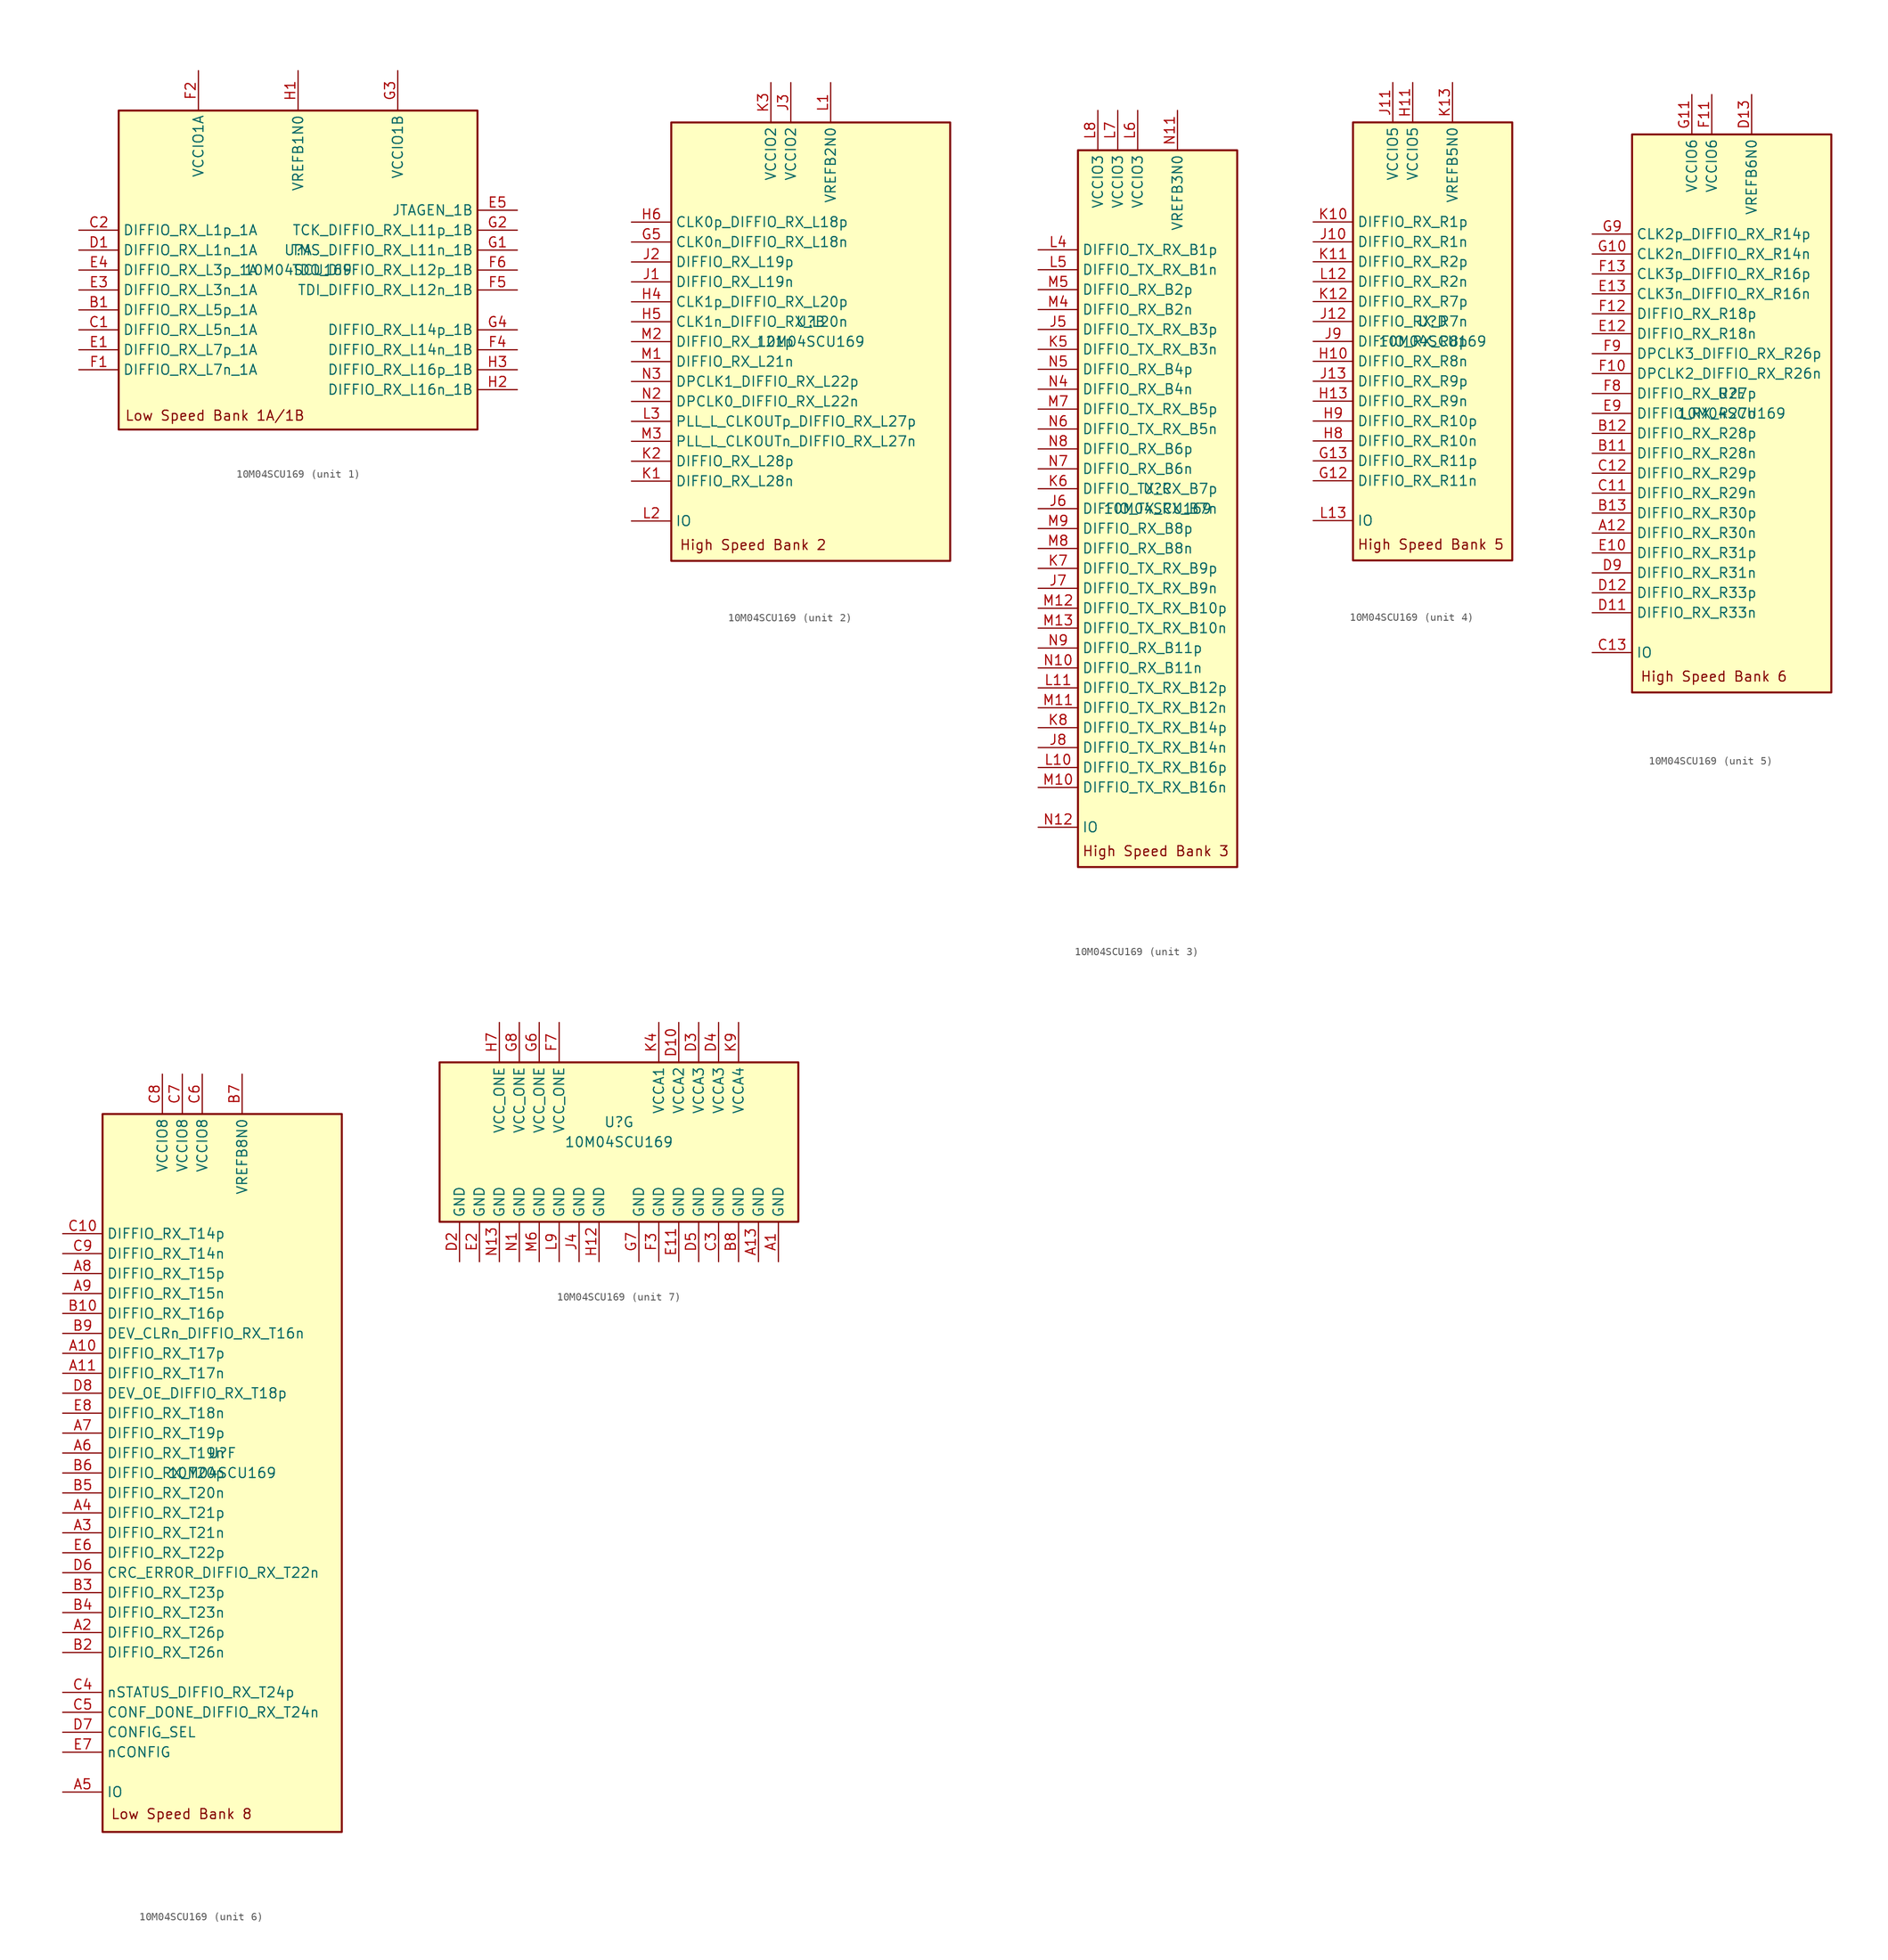
<source format=kicad_sym>
(kicad_symbol_lib
  (version 20231120)
  (generator "kicad_symbol_editor")
  (generator_version "8.0")
  (symbol "10M04SCU169"
    (property "Reference" "U"
      (at 0 2.54 0)
      (effects (font (size 1.27 1.27))))
    (property "Value" "10M04SCU169"
      (at 0 0 0)
      (effects (font (size 1.27 1.27))))
    (property "ki_locked" ""
      (at 0 0 0)
      (effects (font (size 1.27 1.27))))
    (symbol "10M04SCU169_1_1"
      (rectangle (start -22.86 20.32) (end 22.86 -20.32) (stroke (width 0.254) (type default)) (fill (type background)))
      (text "Low Speed Bank 1A/1B" (at -22.098 -18.542 0) (effects (font (size 1.27 1.27)) (justify left)))
      (pin bidirectional line (at -27.94 -5.08 0) (length 5.08) (name "DIFFIO_RX_L5p_1A" (effects (font (size 1.27 1.27)))) (number "B1" (effects (font (size 1.27 1.27)))))
      (pin bidirectional line (at -27.94 -7.62 0) (length 5.08) (name "DIFFIO_RX_L5n_1A" (effects (font (size 1.27 1.27)))) (number "C1" (effects (font (size 1.27 1.27)))))
      (pin bidirectional line (at -27.94 5.08 0) (length 5.08) (name "DIFFIO_RX_L1p_1A" (effects (font (size 1.27 1.27)))) (number "C2" (effects (font (size 1.27 1.27)))))
      (pin bidirectional line (at -27.94 2.54 0) (length 5.08) (name "DIFFIO_RX_L1n_1A" (effects (font (size 1.27 1.27)))) (number "D1" (effects (font (size 1.27 1.27)))))
      (pin bidirectional line (at -27.94 -10.16 0) (length 5.08) (name "DIFFIO_RX_L7p_1A" (effects (font (size 1.27 1.27)))) (number "E1" (effects (font (size 1.27 1.27)))))
      (pin bidirectional line (at -27.94 -2.54 0) (length 5.08) (name "DIFFIO_RX_L3n_1A" (effects (font (size 1.27 1.27)))) (number "E3" (effects (font (size 1.27 1.27)))))
      (pin bidirectional line (at -27.94 0 0) (length 5.08) (name "DIFFIO_RX_L3p_1A" (effects (font (size 1.27 1.27)))) (number "E4" (effects (font (size 1.27 1.27)))))
      (pin input line (at 27.94 7.62 180) (length 5.08) (name "JTAGEN_1B" (effects (font (size 1.27 1.27)))) (number "E5" (effects (font (size 1.27 1.27)))))
      (pin bidirectional line (at -27.94 -12.7 0) (length 5.08) (name "DIFFIO_RX_L7n_1A" (effects (font (size 1.27 1.27)))) (number "F1" (effects (font (size 1.27 1.27)))))
      (pin power_in line (at -12.7 25.4 270) (length 5.08) (name "VCCIO1A" (effects (font (size 1.27 1.27)))) (number "F2" (effects (font (size 1.27 1.27)))))
      (pin bidirectional line (at 27.94 -10.16 180) (length 5.08) (name "DIFFIO_RX_L14n_1B" (effects (font (size 1.27 1.27)))) (number "F4" (effects (font (size 1.27 1.27)))))
      (pin bidirectional line (at 27.94 -2.54 180) (length 5.08) (name "TDI_DIFFIO_RX_L12n_1B" (effects (font (size 1.27 1.27)))) (number "F5" (effects (font (size 1.27 1.27)))))
      (pin bidirectional line (at 27.94 0 180) (length 5.08) (name "TDO_DIFFIO_RX_L12p_1B" (effects (font (size 1.27 1.27)))) (number "F6" (effects (font (size 1.27 1.27)))))
      (pin bidirectional line (at 27.94 2.54 180) (length 5.08) (name "TMS_DIFFIO_RX_L11n_1B" (effects (font (size 1.27 1.27)))) (number "G1" (effects (font (size 1.27 1.27)))))
      (pin bidirectional line (at 27.94 5.08 180) (length 5.08) (name "TCK_DIFFIO_RX_L11p_1B" (effects (font (size 1.27 1.27)))) (number "G2" (effects (font (size 1.27 1.27)))))
      (pin power_in line (at 12.7 25.4 270) (length 5.08) (name "VCCIO1B" (effects (font (size 1.27 1.27)))) (number "G3" (effects (font (size 1.27 1.27)))))
      (pin bidirectional line (at 27.94 -7.62 180) (length 5.08) (name "DIFFIO_RX_L14p_1B" (effects (font (size 1.27 1.27)))) (number "G4" (effects (font (size 1.27 1.27)))))
      (pin passive line (at 0 25.4 270) (length 5.08) (name "VREFB1N0" (effects (font (size 1.27 1.27)))) (number "H1" (effects (font (size 1.27 1.27)))))
      (pin bidirectional line (at 27.94 -15.24 180) (length 5.08) (name "DIFFIO_RX_L16n_1B" (effects (font (size 1.27 1.27)))) (number "H2" (effects (font (size 1.27 1.27)))))
      (pin bidirectional line (at 27.94 -12.7 180) (length 5.08) (name "DIFFIO_RX_L16p_1B" (effects (font (size 1.27 1.27)))) (number "H3" (effects (font (size 1.27 1.27))))))
    (symbol "10M04SCU169_2_1"
      (rectangle (start -17.78 27.94) (end 17.78 -27.94) (stroke (width 0.254) (type default)) (fill (type background)))
      (text "High Speed Bank 2" (at -16.764 -25.908 0) (effects (font (size 1.27 1.27)) (justify left)))
      (pin bidirectional line (at -22.86 12.7 0) (length 5.08) (name "CLK0n_DIFFIO_RX_L18n" (effects (font (size 1.27 1.27)))) (number "G5" (effects (font (size 1.27 1.27)))))
      (pin bidirectional line (at -22.86 5.08 0) (length 5.08) (name "CLK1p_DIFFIO_RX_L20p" (effects (font (size 1.27 1.27)))) (number "H4" (effects (font (size 1.27 1.27)))))
      (pin bidirectional line (at -22.86 2.54 0) (length 5.08) (name "CLK1n_DIFFIO_RX_L20n" (effects (font (size 1.27 1.27)))) (number "H5" (effects (font (size 1.27 1.27)))))
      (pin bidirectional line (at -22.86 15.24 0) (length 5.08) (name "CLK0p_DIFFIO_RX_L18p" (effects (font (size 1.27 1.27)))) (number "H6" (effects (font (size 1.27 1.27)))))
      (pin bidirectional line (at -22.86 7.62 0) (length 5.08) (name "DIFFIO_RX_L19n" (effects (font (size 1.27 1.27)))) (number "J1" (effects (font (size 1.27 1.27)))))
      (pin bidirectional line (at -22.86 10.16 0) (length 5.08) (name "DIFFIO_RX_L19p" (effects (font (size 1.27 1.27)))) (number "J2" (effects (font (size 1.27 1.27)))))
      (pin power_in line (at -2.54 33.02 270) (length 5.08) (name "VCCIO2" (effects (font (size 1.27 1.27)))) (number "J3" (effects (font (size 1.27 1.27)))))
      (pin bidirectional line (at -22.86 -17.78 0) (length 5.08) (name "DIFFIO_RX_L28n" (effects (font (size 1.27 1.27)))) (number "K1" (effects (font (size 1.27 1.27)))))
      (pin bidirectional line (at -22.86 -15.24 0) (length 5.08) (name "DIFFIO_RX_L28p" (effects (font (size 1.27 1.27)))) (number "K2" (effects (font (size 1.27 1.27)))))
      (pin power_in line (at -5.08 33.02 270) (length 5.08) (name "VCCIO2" (effects (font (size 1.27 1.27)))) (number "K3" (effects (font (size 1.27 1.27)))))
      (pin passive line (at 2.54 33.02 270) (length 5.08) (name "VREFB2N0" (effects (font (size 1.27 1.27)))) (number "L1" (effects (font (size 1.27 1.27)))))
      (pin bidirectional line (at -22.86 -22.86 0) (length 5.08) (name "IO" (effects (font (size 1.27 1.27)))) (number "L2" (effects (font (size 1.27 1.27)))))
      (pin bidirectional line (at -22.86 -10.16 0) (length 5.08) (name "PLL_L_CLKOUTp_DIFFIO_RX_L27p" (effects (font (size 1.27 1.27)))) (number "L3" (effects (font (size 1.27 1.27)))))
      (pin bidirectional line (at -22.86 -2.54 0) (length 5.08) (name "DIFFIO_RX_L21n" (effects (font (size 1.27 1.27)))) (number "M1" (effects (font (size 1.27 1.27)))))
      (pin bidirectional line (at -22.86 0 0) (length 5.08) (name "DIFFIO_RX_L21p" (effects (font (size 1.27 1.27)))) (number "M2" (effects (font (size 1.27 1.27)))))
      (pin bidirectional line (at -22.86 -12.7 0) (length 5.08) (name "PLL_L_CLKOUTn_DIFFIO_RX_L27n" (effects (font (size 1.27 1.27)))) (number "M3" (effects (font (size 1.27 1.27)))))
      (pin bidirectional line (at -22.86 -7.62 0) (length 5.08) (name "DPCLK0_DIFFIO_RX_L22n" (effects (font (size 1.27 1.27)))) (number "N2" (effects (font (size 1.27 1.27)))))
      (pin bidirectional line (at -22.86 -5.08 0) (length 5.08) (name "DPCLK1_DIFFIO_RX_L22p" (effects (font (size 1.27 1.27)))) (number "N3" (effects (font (size 1.27 1.27))))))
    (symbol "10M04SCU169_3_1"
      (rectangle (start -10.16 45.72) (end 10.16 -45.72) (stroke (width 0.254) (type default)) (fill (type background)))
      (text "High Speed Bank 3" (at -9.652 -43.688 0) (effects (font (size 1.27 1.27)) (justify left)))
      (pin bidirectional line (at -15.24 22.86 0) (length 5.08) (name "DIFFIO_TX_RX_B3p" (effects (font (size 1.27 1.27)))) (number "J5" (effects (font (size 1.27 1.27)))))
      (pin bidirectional line (at -15.24 0 0) (length 5.08) (name "DIFFIO_TX_RX_B7n" (effects (font (size 1.27 1.27)))) (number "J6" (effects (font (size 1.27 1.27)))))
      (pin bidirectional line (at -15.24 -10.16 0) (length 5.08) (name "DIFFIO_TX_RX_B9n" (effects (font (size 1.27 1.27)))) (number "J7" (effects (font (size 1.27 1.27)))))
      (pin bidirectional line (at -15.24 -30.48 0) (length 5.08) (name "DIFFIO_TX_RX_B14n" (effects (font (size 1.27 1.27)))) (number "J8" (effects (font (size 1.27 1.27)))))
      (pin bidirectional line (at -15.24 20.32 0) (length 5.08) (name "DIFFIO_TX_RX_B3n" (effects (font (size 1.27 1.27)))) (number "K5" (effects (font (size 1.27 1.27)))))
      (pin bidirectional line (at -15.24 2.54 0) (length 5.08) (name "DIFFIO_TX_RX_B7p" (effects (font (size 1.27 1.27)))) (number "K6" (effects (font (size 1.27 1.27)))))
      (pin bidirectional line (at -15.24 -7.62 0) (length 5.08) (name "DIFFIO_TX_RX_B9p" (effects (font (size 1.27 1.27)))) (number "K7" (effects (font (size 1.27 1.27)))))
      (pin bidirectional line (at -15.24 -27.94 0) (length 5.08) (name "DIFFIO_TX_RX_B14p" (effects (font (size 1.27 1.27)))) (number "K8" (effects (font (size 1.27 1.27)))))
      (pin bidirectional line (at -15.24 -33.02 0) (length 5.08) (name "DIFFIO_TX_RX_B16p" (effects (font (size 1.27 1.27)))) (number "L10" (effects (font (size 1.27 1.27)))))
      (pin bidirectional line (at -15.24 -22.86 0) (length 5.08) (name "DIFFIO_TX_RX_B12p" (effects (font (size 1.27 1.27)))) (number "L11" (effects (font (size 1.27 1.27)))))
      (pin bidirectional line (at -15.24 33.02 0) (length 5.08) (name "DIFFIO_TX_RX_B1p" (effects (font (size 1.27 1.27)))) (number "L4" (effects (font (size 1.27 1.27)))))
      (pin bidirectional line (at -15.24 30.48 0) (length 5.08) (name "DIFFIO_TX_RX_B1n" (effects (font (size 1.27 1.27)))) (number "L5" (effects (font (size 1.27 1.27)))))
      (pin power_in line (at -2.54 50.8 270) (length 5.08) (name "VCCIO3" (effects (font (size 1.27 1.27)))) (number "L6" (effects (font (size 1.27 1.27)))))
      (pin power_in line (at -5.08 50.8 270) (length 5.08) (name "VCCIO3" (effects (font (size 1.27 1.27)))) (number "L7" (effects (font (size 1.27 1.27)))))
      (pin power_in line (at -7.62 50.8 270) (length 5.08) (name "VCCIO3" (effects (font (size 1.27 1.27)))) (number "L8" (effects (font (size 1.27 1.27)))))
      (pin bidirectional line (at -15.24 -35.56 0) (length 5.08) (name "DIFFIO_TX_RX_B16n" (effects (font (size 1.27 1.27)))) (number "M10" (effects (font (size 1.27 1.27)))))
      (pin bidirectional line (at -15.24 -25.4 0) (length 5.08) (name "DIFFIO_TX_RX_B12n" (effects (font (size 1.27 1.27)))) (number "M11" (effects (font (size 1.27 1.27)))))
      (pin bidirectional line (at -15.24 -12.7 0) (length 5.08) (name "DIFFIO_TX_RX_B10p" (effects (font (size 1.27 1.27)))) (number "M12" (effects (font (size 1.27 1.27)))))
      (pin bidirectional line (at -15.24 -15.24 0) (length 5.08) (name "DIFFIO_TX_RX_B10n" (effects (font (size 1.27 1.27)))) (number "M13" (effects (font (size 1.27 1.27)))))
      (pin bidirectional line (at -15.24 25.4 0) (length 5.08) (name "DIFFIO_RX_B2n" (effects (font (size 1.27 1.27)))) (number "M4" (effects (font (size 1.27 1.27)))))
      (pin bidirectional line (at -15.24 27.94 0) (length 5.08) (name "DIFFIO_RX_B2p" (effects (font (size 1.27 1.27)))) (number "M5" (effects (font (size 1.27 1.27)))))
      (pin bidirectional line (at -15.24 12.7 0) (length 5.08) (name "DIFFIO_TX_RX_B5p" (effects (font (size 1.27 1.27)))) (number "M7" (effects (font (size 1.27 1.27)))))
      (pin bidirectional line (at -15.24 -5.08 0) (length 5.08) (name "DIFFIO_RX_B8n" (effects (font (size 1.27 1.27)))) (number "M8" (effects (font (size 1.27 1.27)))))
      (pin bidirectional line (at -15.24 -2.54 0) (length 5.08) (name "DIFFIO_RX_B8p" (effects (font (size 1.27 1.27)))) (number "M9" (effects (font (size 1.27 1.27)))))
      (pin bidirectional line (at -15.24 -20.32 0) (length 5.08) (name "DIFFIO_RX_B11n" (effects (font (size 1.27 1.27)))) (number "N10" (effects (font (size 1.27 1.27)))))
      (pin passive line (at 2.54 50.8 270) (length 5.08) (name "VREFB3N0" (effects (font (size 1.27 1.27)))) (number "N11" (effects (font (size 1.27 1.27)))))
      (pin bidirectional line (at -15.24 -40.64 0) (length 5.08) (name "IO" (effects (font (size 1.27 1.27)))) (number "N12" (effects (font (size 1.27 1.27)))))
      (pin bidirectional line (at -15.24 15.24 0) (length 5.08) (name "DIFFIO_RX_B4n" (effects (font (size 1.27 1.27)))) (number "N4" (effects (font (size 1.27 1.27)))))
      (pin bidirectional line (at -15.24 17.78 0) (length 5.08) (name "DIFFIO_RX_B4p" (effects (font (size 1.27 1.27)))) (number "N5" (effects (font (size 1.27 1.27)))))
      (pin bidirectional line (at -15.24 10.16 0) (length 5.08) (name "DIFFIO_TX_RX_B5n" (effects (font (size 1.27 1.27)))) (number "N6" (effects (font (size 1.27 1.27)))))
      (pin bidirectional line (at -15.24 5.08 0) (length 5.08) (name "DIFFIO_RX_B6n" (effects (font (size 1.27 1.27)))) (number "N7" (effects (font (size 1.27 1.27)))))
      (pin bidirectional line (at -15.24 7.62 0) (length 5.08) (name "DIFFIO_RX_B6p" (effects (font (size 1.27 1.27)))) (number "N8" (effects (font (size 1.27 1.27)))))
      (pin bidirectional line (at -15.24 -17.78 0) (length 5.08) (name "DIFFIO_RX_B11p" (effects (font (size 1.27 1.27)))) (number "N9" (effects (font (size 1.27 1.27))))))
    (symbol "10M04SCU169_4_1"
      (rectangle (start -10.16 27.94) (end 10.16 -27.94) (stroke (width 0.254) (type default)) (fill (type background)))
      (text "High Speed Bank 5" (at -9.652 -25.908 0) (effects (font (size 1.27 1.27)) (justify left)))
      (pin bidirectional line (at -15.24 -17.78 0) (length 5.08) (name "DIFFIO_RX_R11n" (effects (font (size 1.27 1.27)))) (number "G12" (effects (font (size 1.27 1.27)))))
      (pin bidirectional line (at -15.24 -15.24 0) (length 5.08) (name "DIFFIO_RX_R11p" (effects (font (size 1.27 1.27)))) (number "G13" (effects (font (size 1.27 1.27)))))
      (pin bidirectional line (at -15.24 -2.54 0) (length 5.08) (name "DIFFIO_RX_R8n" (effects (font (size 1.27 1.27)))) (number "H10" (effects (font (size 1.27 1.27)))))
      (pin power_in line (at -2.54 33.02 270) (length 5.08) (name "VCCIO5" (effects (font (size 1.27 1.27)))) (number "H11" (effects (font (size 1.27 1.27)))))
      (pin bidirectional line (at -15.24 -7.62 0) (length 5.08) (name "DIFFIO_RX_R9n" (effects (font (size 1.27 1.27)))) (number "H13" (effects (font (size 1.27 1.27)))))
      (pin bidirectional line (at -15.24 -12.7 0) (length 5.08) (name "DIFFIO_RX_R10n" (effects (font (size 1.27 1.27)))) (number "H8" (effects (font (size 1.27 1.27)))))
      (pin bidirectional line (at -15.24 -10.16 0) (length 5.08) (name "DIFFIO_RX_R10p" (effects (font (size 1.27 1.27)))) (number "H9" (effects (font (size 1.27 1.27)))))
      (pin bidirectional line (at -15.24 12.7 0) (length 5.08) (name "DIFFIO_RX_R1n" (effects (font (size 1.27 1.27)))) (number "J10" (effects (font (size 1.27 1.27)))))
      (pin power_in line (at -5.08 33.02 270) (length 5.08) (name "VCCIO5" (effects (font (size 1.27 1.27)))) (number "J11" (effects (font (size 1.27 1.27)))))
      (pin bidirectional line (at -15.24 2.54 0) (length 5.08) (name "DIFFIO_RX_R7n" (effects (font (size 1.27 1.27)))) (number "J12" (effects (font (size 1.27 1.27)))))
      (pin bidirectional line (at -15.24 -5.08 0) (length 5.08) (name "DIFFIO_RX_R9p" (effects (font (size 1.27 1.27)))) (number "J13" (effects (font (size 1.27 1.27)))))
      (pin bidirectional line (at -15.24 0 0) (length 5.08) (name "DIFFIO_RX_R8p" (effects (font (size 1.27 1.27)))) (number "J9" (effects (font (size 1.27 1.27)))))
      (pin bidirectional line (at -15.24 15.24 0) (length 5.08) (name "DIFFIO_RX_R1p" (effects (font (size 1.27 1.27)))) (number "K10" (effects (font (size 1.27 1.27)))))
      (pin bidirectional line (at -15.24 10.16 0) (length 5.08) (name "DIFFIO_RX_R2p" (effects (font (size 1.27 1.27)))) (number "K11" (effects (font (size 1.27 1.27)))))
      (pin bidirectional line (at -15.24 5.08 0) (length 5.08) (name "DIFFIO_RX_R7p" (effects (font (size 1.27 1.27)))) (number "K12" (effects (font (size 1.27 1.27)))))
      (pin passive line (at 2.54 33.02 270) (length 5.08) (name "VREFB5N0" (effects (font (size 1.27 1.27)))) (number "K13" (effects (font (size 1.27 1.27)))))
      (pin bidirectional line (at -15.24 7.62 0) (length 5.08) (name "DIFFIO_RX_R2n" (effects (font (size 1.27 1.27)))) (number "L12" (effects (font (size 1.27 1.27)))))
      (pin bidirectional line (at -15.24 -22.86 0) (length 5.08) (name "IO" (effects (font (size 1.27 1.27)))) (number "L13" (effects (font (size 1.27 1.27))))))
    (symbol "10M04SCU169_5_1"
      (rectangle (start -12.7 35.56) (end 12.7 -35.56) (stroke (width 0.254) (type default)) (fill (type background)))
      (text "High Speed Bank 6" (at -11.684 -33.528 0) (effects (font (size 1.27 1.27)) (justify left)))
      (pin bidirectional line (at -17.78 -15.24 0) (length 5.08) (name "DIFFIO_RX_R30n" (effects (font (size 1.27 1.27)))) (number "A12" (effects (font (size 1.27 1.27)))))
      (pin bidirectional line (at -17.78 -5.08 0) (length 5.08) (name "DIFFIO_RX_R28n" (effects (font (size 1.27 1.27)))) (number "B11" (effects (font (size 1.27 1.27)))))
      (pin bidirectional line (at -17.78 -2.54 0) (length 5.08) (name "DIFFIO_RX_R28p" (effects (font (size 1.27 1.27)))) (number "B12" (effects (font (size 1.27 1.27)))))
      (pin bidirectional line (at -17.78 -12.7 0) (length 5.08) (name "DIFFIO_RX_R30p" (effects (font (size 1.27 1.27)))) (number "B13" (effects (font (size 1.27 1.27)))))
      (pin bidirectional line (at -17.78 -10.16 0) (length 5.08) (name "DIFFIO_RX_R29n" (effects (font (size 1.27 1.27)))) (number "C11" (effects (font (size 1.27 1.27)))))
      (pin bidirectional line (at -17.78 -7.62 0) (length 5.08) (name "DIFFIO_RX_R29p" (effects (font (size 1.27 1.27)))) (number "C12" (effects (font (size 1.27 1.27)))))
      (pin bidirectional line (at -17.78 -30.48 0) (length 5.08) (name "IO" (effects (font (size 1.27 1.27)))) (number "C13" (effects (font (size 1.27 1.27)))))
      (pin bidirectional line (at -17.78 -25.4 0) (length 5.08) (name "DIFFIO_RX_R33n" (effects (font (size 1.27 1.27)))) (number "D11" (effects (font (size 1.27 1.27)))))
      (pin bidirectional line (at -17.78 -22.86 0) (length 5.08) (name "DIFFIO_RX_R33p" (effects (font (size 1.27 1.27)))) (number "D12" (effects (font (size 1.27 1.27)))))
      (pin passive line (at 2.54 40.64 270) (length 5.08) (name "VREFB6N0" (effects (font (size 1.27 1.27)))) (number "D13" (effects (font (size 1.27 1.27)))))
      (pin bidirectional line (at -17.78 -20.32 0) (length 5.08) (name "DIFFIO_RX_R31n" (effects (font (size 1.27 1.27)))) (number "D9" (effects (font (size 1.27 1.27)))))
      (pin bidirectional line (at -17.78 -17.78 0) (length 5.08) (name "DIFFIO_RX_R31p" (effects (font (size 1.27 1.27)))) (number "E10" (effects (font (size 1.27 1.27)))))
      (pin bidirectional line (at -17.78 10.16 0) (length 5.08) (name "DIFFIO_RX_R18n" (effects (font (size 1.27 1.27)))) (number "E12" (effects (font (size 1.27 1.27)))))
      (pin bidirectional line (at -17.78 15.24 0) (length 5.08) (name "CLK3n_DIFFIO_RX_R16n" (effects (font (size 1.27 1.27)))) (number "E13" (effects (font (size 1.27 1.27)))))
      (pin bidirectional line (at -17.78 0 0) (length 5.08) (name "DIFFIO_RX_R27n" (effects (font (size 1.27 1.27)))) (number "E9" (effects (font (size 1.27 1.27)))))
      (pin bidirectional line (at -17.78 5.08 0) (length 5.08) (name "DPCLK2_DIFFIO_RX_R26n" (effects (font (size 1.27 1.27)))) (number "F10" (effects (font (size 1.27 1.27)))))
      (pin power_in line (at -2.54 40.64 270) (length 5.08) (name "VCCIO6" (effects (font (size 1.27 1.27)))) (number "F11" (effects (font (size 1.27 1.27)))))
      (pin bidirectional line (at -17.78 12.7 0) (length 5.08) (name "DIFFIO_RX_R18p" (effects (font (size 1.27 1.27)))) (number "F12" (effects (font (size 1.27 1.27)))))
      (pin bidirectional line (at -17.78 17.78 0) (length 5.08) (name "CLK3p_DIFFIO_RX_R16p" (effects (font (size 1.27 1.27)))) (number "F13" (effects (font (size 1.27 1.27)))))
      (pin bidirectional line (at -17.78 2.54 0) (length 5.08) (name "DIFFIO_RX_R27p" (effects (font (size 1.27 1.27)))) (number "F8" (effects (font (size 1.27 1.27)))))
      (pin bidirectional line (at -17.78 7.62 0) (length 5.08) (name "DPCLK3_DIFFIO_RX_R26p" (effects (font (size 1.27 1.27)))) (number "F9" (effects (font (size 1.27 1.27)))))
      (pin bidirectional line (at -17.78 20.32 0) (length 5.08) (name "CLK2n_DIFFIO_RX_R14n" (effects (font (size 1.27 1.27)))) (number "G10" (effects (font (size 1.27 1.27)))))
      (pin power_in line (at -5.08 40.64 270) (length 5.08) (name "VCCIO6" (effects (font (size 1.27 1.27)))) (number "G11" (effects (font (size 1.27 1.27)))))
      (pin bidirectional line (at -17.78 22.86 0) (length 5.08) (name "CLK2p_DIFFIO_RX_R14p" (effects (font (size 1.27 1.27)))) (number "G9" (effects (font (size 1.27 1.27))))))
    (symbol "10M04SCU169_6_1"
      (rectangle (start -15.24 45.72) (end 15.24 -45.72) (stroke (width 0.254) (type default)) (fill (type background)))
      (text "Low Speed Bank 8" (at -14.224 -43.434 0) (effects (font (size 1.27 1.27)) (justify left)))
      (pin bidirectional line (at -20.32 15.24 0) (length 5.08) (name "DIFFIO_RX_T17p" (effects (font (size 1.27 1.27)))) (number "A10" (effects (font (size 1.27 1.27)))))
      (pin bidirectional line (at -20.32 12.7 0) (length 5.08) (name "DIFFIO_RX_T17n" (effects (font (size 1.27 1.27)))) (number "A11" (effects (font (size 1.27 1.27)))))
      (pin bidirectional line (at -20.32 -20.32 0) (length 5.08) (name "DIFFIO_RX_T26p" (effects (font (size 1.27 1.27)))) (number "A2" (effects (font (size 1.27 1.27)))))
      (pin bidirectional line (at -20.32 -7.62 0) (length 5.08) (name "DIFFIO_RX_T21n" (effects (font (size 1.27 1.27)))) (number "A3" (effects (font (size 1.27 1.27)))))
      (pin bidirectional line (at -20.32 -5.08 0) (length 5.08) (name "DIFFIO_RX_T21p" (effects (font (size 1.27 1.27)))) (number "A4" (effects (font (size 1.27 1.27)))))
      (pin bidirectional line (at -20.32 -40.64 0) (length 5.08) (name "IO" (effects (font (size 1.27 1.27)))) (number "A5" (effects (font (size 1.27 1.27)))))
      (pin bidirectional line (at -20.32 2.54 0) (length 5.08) (name "DIFFIO_RX_T19n" (effects (font (size 1.27 1.27)))) (number "A6" (effects (font (size 1.27 1.27)))))
      (pin bidirectional line (at -20.32 5.08 0) (length 5.08) (name "DIFFIO_RX_T19p" (effects (font (size 1.27 1.27)))) (number "A7" (effects (font (size 1.27 1.27)))))
      (pin bidirectional line (at -20.32 25.4 0) (length 5.08) (name "DIFFIO_RX_T15p" (effects (font (size 1.27 1.27)))) (number "A8" (effects (font (size 1.27 1.27)))))
      (pin bidirectional line (at -20.32 22.86 0) (length 5.08) (name "DIFFIO_RX_T15n" (effects (font (size 1.27 1.27)))) (number "A9" (effects (font (size 1.27 1.27)))))
      (pin bidirectional line (at -20.32 20.32 0) (length 5.08) (name "DIFFIO_RX_T16p" (effects (font (size 1.27 1.27)))) (number "B10" (effects (font (size 1.27 1.27)))))
      (pin bidirectional line (at -20.32 -22.86 0) (length 5.08) (name "DIFFIO_RX_T26n" (effects (font (size 1.27 1.27)))) (number "B2" (effects (font (size 1.27 1.27)))))
      (pin bidirectional line (at -20.32 -15.24 0) (length 5.08) (name "DIFFIO_RX_T23p" (effects (font (size 1.27 1.27)))) (number "B3" (effects (font (size 1.27 1.27)))))
      (pin bidirectional line (at -20.32 -17.78 0) (length 5.08) (name "DIFFIO_RX_T23n" (effects (font (size 1.27 1.27)))) (number "B4" (effects (font (size 1.27 1.27)))))
      (pin bidirectional line (at -20.32 -2.54 0) (length 5.08) (name "DIFFIO_RX_T20n" (effects (font (size 1.27 1.27)))) (number "B5" (effects (font (size 1.27 1.27)))))
      (pin bidirectional line (at -20.32 0 0) (length 5.08) (name "DIFFIO_RX_T20p" (effects (font (size 1.27 1.27)))) (number "B6" (effects (font (size 1.27 1.27)))))
      (pin passive line (at 2.54 50.8 270) (length 5.08) (name "VREFB8N0" (effects (font (size 1.27 1.27)))) (number "B7" (effects (font (size 1.27 1.27)))))
      (pin bidirectional line (at -20.32 17.78 0) (length 5.08) (name "DEV_CLRn_DIFFIO_RX_T16n" (effects (font (size 1.27 1.27)))) (number "B9" (effects (font (size 1.27 1.27)))))
      (pin bidirectional line (at -20.32 30.48 0) (length 5.08) (name "DIFFIO_RX_T14p" (effects (font (size 1.27 1.27)))) (number "C10" (effects (font (size 1.27 1.27)))))
      (pin bidirectional line (at -20.32 -27.94 0) (length 5.08) (name "nSTATUS_DIFFIO_RX_T24p" (effects (font (size 1.27 1.27)))) (number "C4" (effects (font (size 1.27 1.27)))))
      (pin bidirectional line (at -20.32 -30.48 0) (length 5.08) (name "CONF_DONE_DIFFIO_RX_T24n" (effects (font (size 1.27 1.27)))) (number "C5" (effects (font (size 1.27 1.27)))))
      (pin power_in line (at -2.54 50.8 270) (length 5.08) (name "VCCIO8" (effects (font (size 1.27 1.27)))) (number "C6" (effects (font (size 1.27 1.27)))))
      (pin power_in line (at -5.08 50.8 270) (length 5.08) (name "VCCIO8" (effects (font (size 1.27 1.27)))) (number "C7" (effects (font (size 1.27 1.27)))))
      (pin power_in line (at -7.62 50.8 270) (length 5.08) (name "VCCIO8" (effects (font (size 1.27 1.27)))) (number "C8" (effects (font (size 1.27 1.27)))))
      (pin bidirectional line (at -20.32 27.94 0) (length 5.08) (name "DIFFIO_RX_T14n" (effects (font (size 1.27 1.27)))) (number "C9" (effects (font (size 1.27 1.27)))))
      (pin bidirectional line (at -20.32 -12.7 0) (length 5.08) (name "CRC_ERROR_DIFFIO_RX_T22n" (effects (font (size 1.27 1.27)))) (number "D6" (effects (font (size 1.27 1.27)))))
      (pin bidirectional line (at -20.32 -33.02 0) (length 5.08) (name "CONFIG_SEL" (effects (font (size 1.27 1.27)))) (number "D7" (effects (font (size 1.27 1.27)))))
      (pin bidirectional line (at -20.32 10.16 0) (length 5.08) (name "DEV_OE_DIFFIO_RX_T18p" (effects (font (size 1.27 1.27)))) (number "D8" (effects (font (size 1.27 1.27)))))
      (pin bidirectional line (at -20.32 -10.16 0) (length 5.08) (name "DIFFIO_RX_T22p" (effects (font (size 1.27 1.27)))) (number "E6" (effects (font (size 1.27 1.27)))))
      (pin input line (at -20.32 -35.56 0) (length 5.08) (name "nCONFIG" (effects (font (size 1.27 1.27)))) (number "E7" (effects (font (size 1.27 1.27)))))
      (pin bidirectional line (at -20.32 7.62 0) (length 5.08) (name "DIFFIO_RX_T18n" (effects (font (size 1.27 1.27)))) (number "E8" (effects (font (size 1.27 1.27))))))
    (symbol "10M04SCU169_7_1"
      (rectangle (start -22.86 10.16) (end 22.86 -10.16) (stroke (width 0.254) (type default)) (fill (type background)))
      (pin power_in line (at 20.32 -15.24 90) (length 5.08) (name "GND" (effects (font (size 1.27 1.27)))) (number "A1" (effects (font (size 1.27 1.27)))))
      (pin power_in line (at 17.78 -15.24 90) (length 5.08) (name "GND" (effects (font (size 1.27 1.27)))) (number "A13" (effects (font (size 1.27 1.27)))))
      (pin power_in line (at 15.24 -15.24 90) (length 5.08) (name "GND" (effects (font (size 1.27 1.27)))) (number "B8" (effects (font (size 1.27 1.27)))))
      (pin power_in line (at 12.7 -15.24 90) (length 5.08) (name "GND" (effects (font (size 1.27 1.27)))) (number "C3" (effects (font (size 1.27 1.27)))))
      (pin power_in line (at 7.62 15.24 270) (length 5.08) (name "VCCA2" (effects (font (size 1.27 1.27)))) (number "D10" (effects (font (size 1.27 1.27)))))
      (pin power_in line (at -20.32 -15.24 90) (length 5.08) (name "GND" (effects (font (size 1.27 1.27)))) (number "D2" (effects (font (size 1.27 1.27)))))
      (pin power_in line (at 10.16 15.24 270) (length 5.08) (name "VCCA3" (effects (font (size 1.27 1.27)))) (number "D3" (effects (font (size 1.27 1.27)))))
      (pin power_in line (at 12.7 15.24 270) (length 5.08) (name "VCCA3" (effects (font (size 1.27 1.27)))) (number "D4" (effects (font (size 1.27 1.27)))))
      (pin power_in line (at 10.16 -15.24 90) (length 5.08) (name "GND" (effects (font (size 1.27 1.27)))) (number "D5" (effects (font (size 1.27 1.27)))))
      (pin power_in line (at 7.62 -15.24 90) (length 5.08) (name "GND" (effects (font (size 1.27 1.27)))) (number "E11" (effects (font (size 1.27 1.27)))))
      (pin power_in line (at -17.78 -15.24 90) (length 5.08) (name "GND" (effects (font (size 1.27 1.27)))) (number "E2" (effects (font (size 1.27 1.27)))))
      (pin power_in line (at 5.08 -15.24 90) (length 5.08) (name "GND" (effects (font (size 1.27 1.27)))) (number "F3" (effects (font (size 1.27 1.27)))))
      (pin power_in line (at -7.62 15.24 270) (length 5.08) (name "VCC_ONE" (effects (font (size 1.27 1.27)))) (number "F7" (effects (font (size 1.27 1.27)))))
      (pin power_in line (at -10.16 15.24 270) (length 5.08) (name "VCC_ONE" (effects (font (size 1.27 1.27)))) (number "G6" (effects (font (size 1.27 1.27)))))
      (pin power_in line (at 2.54 -15.24 90) (length 5.08) (name "GND" (effects (font (size 1.27 1.27)))) (number "G7" (effects (font (size 1.27 1.27)))))
      (pin power_in line (at -12.7 15.24 270) (length 5.08) (name "VCC_ONE" (effects (font (size 1.27 1.27)))) (number "G8" (effects (font (size 1.27 1.27)))))
      (pin power_in line (at -2.54 -15.24 90) (length 5.08) (name "GND" (effects (font (size 1.27 1.27)))) (number "H12" (effects (font (size 1.27 1.27)))))
      (pin power_in line (at -15.24 15.24 270) (length 5.08) (name "VCC_ONE" (effects (font (size 1.27 1.27)))) (number "H7" (effects (font (size 1.27 1.27)))))
      (pin power_in line (at -5.08 -15.24 90) (length 5.08) (name "GND" (effects (font (size 1.27 1.27)))) (number "J4" (effects (font (size 1.27 1.27)))))
      (pin power_in line (at 5.08 15.24 270) (length 5.08) (name "VCCA1" (effects (font (size 1.27 1.27)))) (number "K4" (effects (font (size 1.27 1.27)))))
      (pin power_in line (at 15.24 15.24 270) (length 5.08) (name "VCCA4" (effects (font (size 1.27 1.27)))) (number "K9" (effects (font (size 1.27 1.27)))))
      (pin power_in line (at -7.62 -15.24 90) (length 5.08) (name "GND" (effects (font (size 1.27 1.27)))) (number "L9" (effects (font (size 1.27 1.27)))))
      (pin power_in line (at -10.16 -15.24 90) (length 5.08) (name "GND" (effects (font (size 1.27 1.27)))) (number "M6" (effects (font (size 1.27 1.27)))))
      (pin power_in line (at -12.7 -15.24 90) (length 5.08) (name "GND" (effects (font (size 1.27 1.27)))) (number "N1" (effects (font (size 1.27 1.27)))))
      (pin power_in line (at -15.24 -15.24 90) (length 5.08) (name "GND" (effects (font (size 1.27 1.27)))) (number "N13" (effects (font (size 1.27 1.27))))))))
</source>
